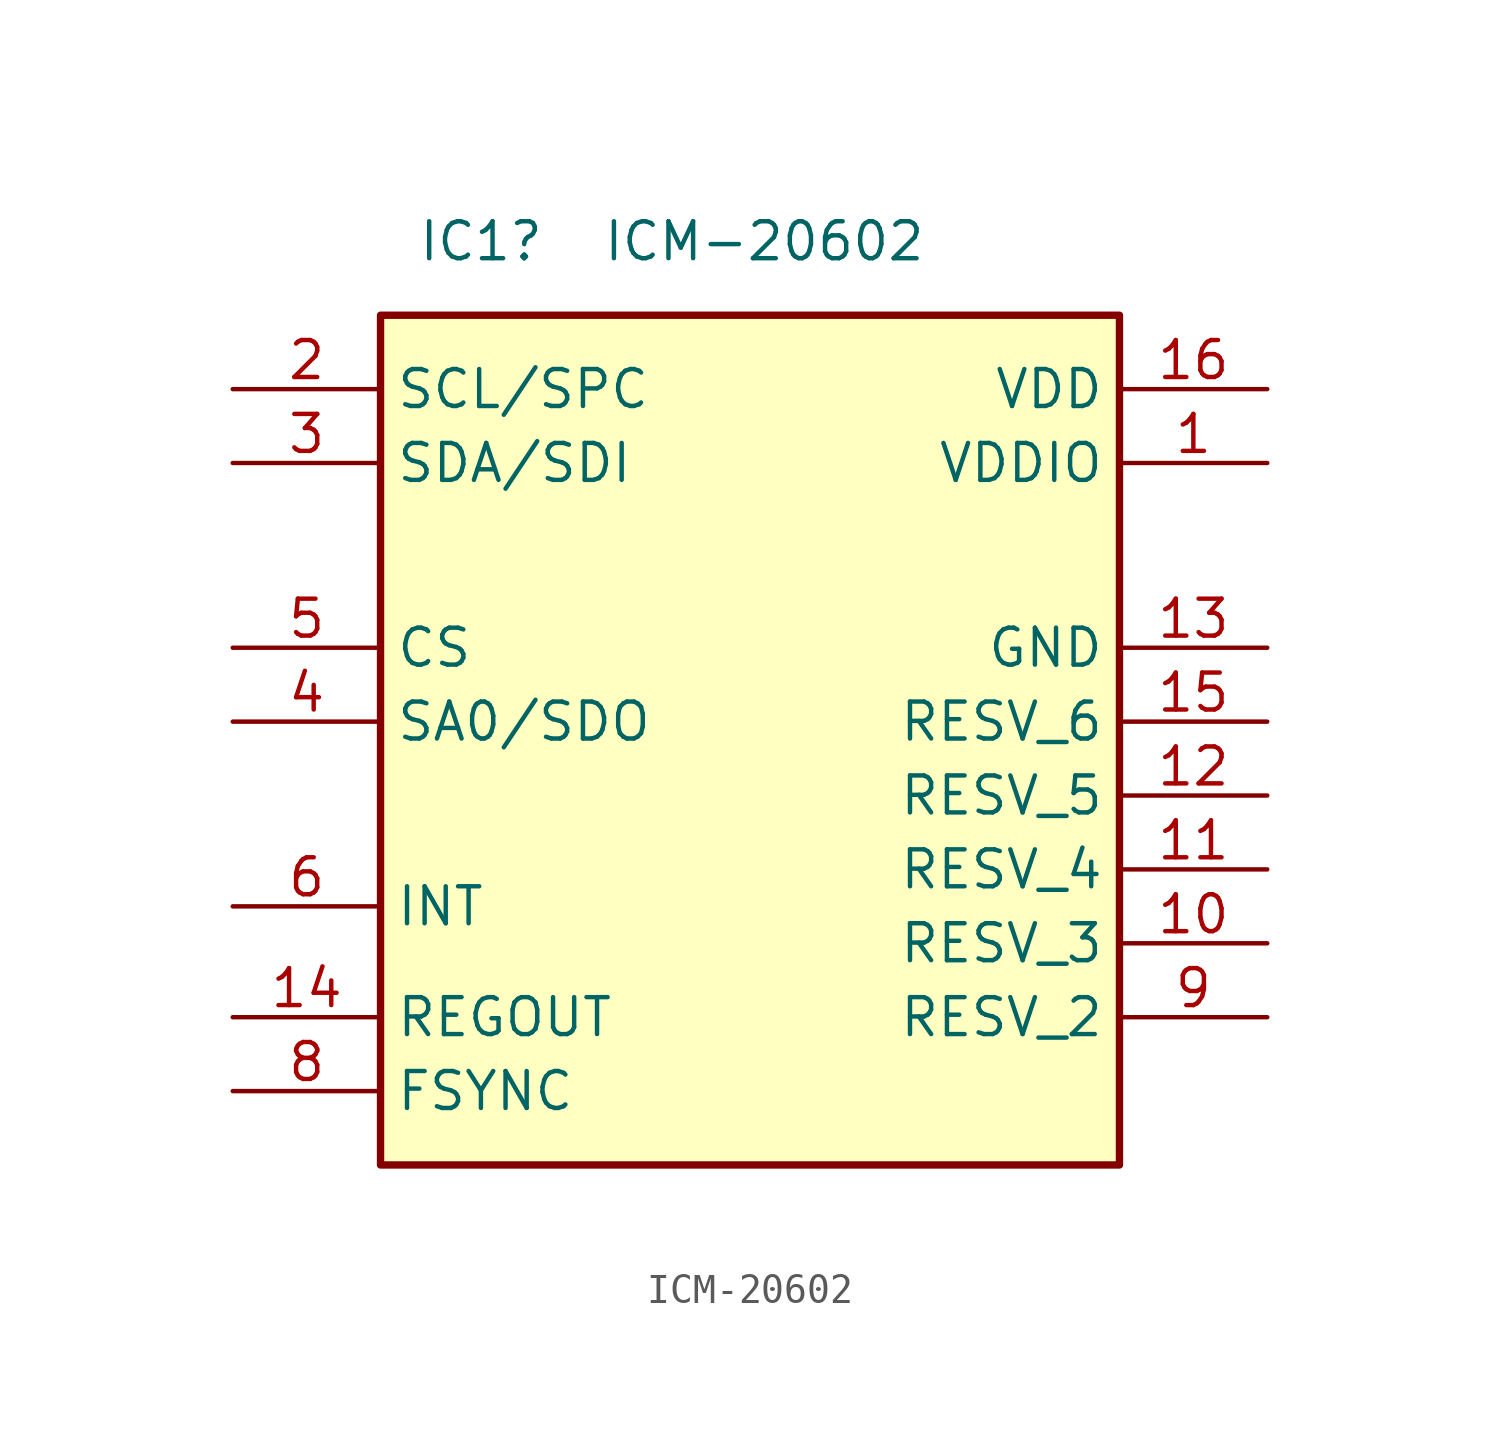
<source format=kicad_sym>
(kicad_symbol_lib
  (version 20220914)
  (generator kicad_symbol_editor)
  (symbol "ICM-20602"
    (property "Reference" "IC1"
      (at -11.43 17.78 0)
      (effects (font (size 1.27 1.27)) (justify left)))
    (property "Value" "ICM-20602"
      (at -5.08 17.78 0)
      (effects (font (size 1.27 1.27)) (justify left)))
    (symbol "ICM-20602_1_1"
      (rectangle (start -12.7 15.24) (end 12.7 -13.97) (stroke (width 0.254) (type default)) (fill (type background)))
      (pin passive line (at 17.78 10.16 180) (length 5.08) (name "VDDIO" (effects (font (size 1.27 1.27)))) (number "1" (effects (font (size 1.27 1.27)))))
      (pin passive line (at 17.78 -6.35 180) (length 5.08) (name "RESV_3" (effects (font (size 1.27 1.27)))) (number "10" (effects (font (size 1.27 1.27)))))
      (pin passive line (at 17.78 -3.81 180) (length 5.08) (name "RESV_4" (effects (font (size 1.27 1.27)))) (number "11" (effects (font (size 1.27 1.27)))))
      (pin passive line (at 17.78 -1.27 180) (length 5.08) (name "RESV_5" (effects (font (size 1.27 1.27)))) (number "12" (effects (font (size 1.27 1.27)))))
      (pin passive line (at 17.78 3.81 180) (length 5.08) (name "GND" (effects (font (size 1.27 1.27)))) (number "13" (effects (font (size 1.27 1.27)))))
      (pin passive line (at -17.78 -8.89 0) (length 5.08) (name "REGOUT" (effects (font (size 1.27 1.27)))) (number "14" (effects (font (size 1.27 1.27)))))
      (pin passive line (at 17.78 1.27 180) (length 5.08) (name "RESV_6" (effects (font (size 1.27 1.27)))) (number "15" (effects (font (size 1.27 1.27)))))
      (pin passive line (at 17.78 12.7 180) (length 5.08) (name "VDD" (effects (font (size 1.27 1.27)))) (number "16" (effects (font (size 1.27 1.27)))))
      (pin passive line (at -17.78 12.7 0) (length 5.08) (name "SCL/SPC" (effects (font (size 1.27 1.27)))) (number "2" (effects (font (size 1.27 1.27)))))
      (pin passive line (at -17.78 10.16 0) (length 5.08) (name "SDA/SDI" (effects (font (size 1.27 1.27)))) (number "3" (effects (font (size 1.27 1.27)))))
      (pin passive line (at -17.78 1.27 0) (length 5.08) (name "SA0/SDO" (effects (font (size 1.27 1.27)))) (number "4" (effects (font (size 1.27 1.27)))))
      (pin passive line (at -17.78 3.81 0) (length 5.08) (name "CS" (effects (font (size 1.27 1.27)))) (number "5" (effects (font (size 1.27 1.27)))))
      (pin passive line (at -17.78 -5.08 0) (length 5.08) (name "INT" (effects (font (size 1.27 1.27)))) (number "6" (effects (font (size 1.27 1.27)))))
      (pin no_connect line (at 17.78 -11.43 180) (length 5.08) hide (name "RESV_1" (effects (font (size 1.27 1.27)))) (number "7" (effects (font (size 1.27 1.27)))))
      (pin passive line (at -17.78 -11.43 0) (length 5.08) (name "FSYNC" (effects (font (size 1.27 1.27)))) (number "8" (effects (font (size 1.27 1.27)))))
      (pin passive line (at 17.78 -8.89 180) (length 5.08) (name "RESV_2" (effects (font (size 1.27 1.27)))) (number "9" (effects (font (size 1.27 1.27))))))))
</source>
